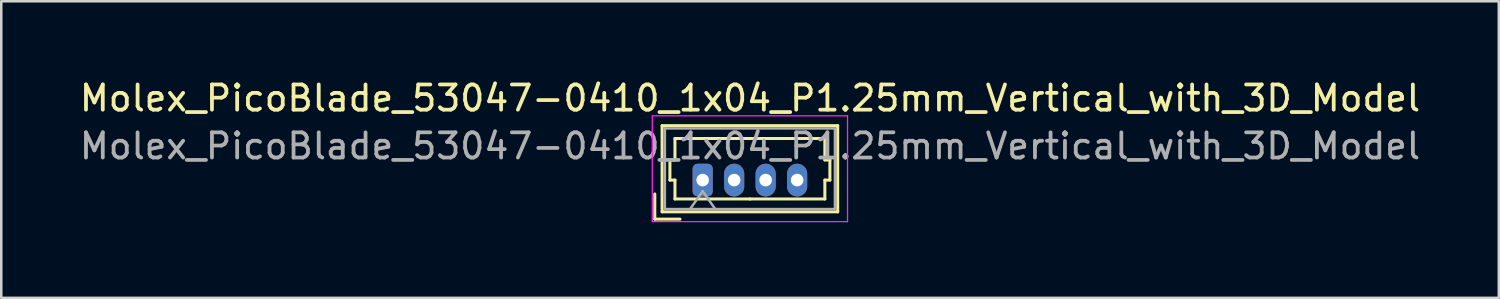
<source format=kicad_pcb>
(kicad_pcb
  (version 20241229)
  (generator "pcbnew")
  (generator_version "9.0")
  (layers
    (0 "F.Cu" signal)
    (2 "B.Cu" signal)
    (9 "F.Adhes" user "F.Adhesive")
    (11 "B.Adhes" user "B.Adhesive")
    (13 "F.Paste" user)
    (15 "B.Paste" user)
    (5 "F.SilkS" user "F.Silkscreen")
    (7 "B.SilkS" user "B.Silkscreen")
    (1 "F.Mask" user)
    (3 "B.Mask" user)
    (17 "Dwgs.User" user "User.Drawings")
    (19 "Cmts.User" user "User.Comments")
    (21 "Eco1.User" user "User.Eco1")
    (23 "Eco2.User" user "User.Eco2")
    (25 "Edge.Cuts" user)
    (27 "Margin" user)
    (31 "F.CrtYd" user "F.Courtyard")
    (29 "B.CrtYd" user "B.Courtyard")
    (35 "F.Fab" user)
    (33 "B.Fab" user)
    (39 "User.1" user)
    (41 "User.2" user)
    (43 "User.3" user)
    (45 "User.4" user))
  (footprint "Molex_PicoBlade_53047-0410_1x04_P1.25mm_Vertical_with_3D_Model"
    (layer "F.Cu")
    (at 24.84 4.098)
    (property "Reference" "Molex_PicoBlade_53047-0410_1x04_P1.25mm_Vertical_with_3D_Model" (at 1.88 -3.25 0) (layer "F.SilkS") (effects (font (size 1 1) (thickness 0.15))))
    (attr through_hole)
    (fp_line (start -1.9 1.55) (end -1.9 0.55) (stroke (width 0.12) (type solid)) (layer "F.SilkS"))
    (fp_line (start -1.9 1.55) (end -0.9 1.55) (stroke (width 0.12) (type solid)) (layer "F.SilkS"))
    (fp_line (start -1.61 -2.16) (end -1.61 1.26) (stroke (width 0.12) (type solid)) (layer "F.SilkS"))
    (fp_line (start -1.61 1.26) (end 5.36 1.26) (stroke (width 0.12) (type solid)) (layer "F.SilkS"))
    (fp_line (start -1.3 -0.8) (end -1.1 -0.8) (stroke (width 0.12) (type solid)) (layer "F.SilkS"))
    (fp_line (start -1.3 0) (end -1.3 -0.8) (stroke (width 0.12) (type solid)) (layer "F.SilkS"))
    (fp_line (start -1.1 -1.65) (end 1.875 -1.65) (stroke (width 0.12) (type solid)) (layer "F.SilkS"))
    (fp_line (start -1.1 -0.8) (end -1.1 -1.65) (stroke (width 0.12) (type solid)) (layer "F.SilkS"))
    (fp_line (start -1.1 0) (end -1.3 0) (stroke (width 0.12) (type solid)) (layer "F.SilkS"))
    (fp_line (start -1.1 0.75) (end -1.1 0) (stroke (width 0.12) (type solid)) (layer "F.SilkS"))
    (fp_line (start 1.875 0.75) (end -1.1 0.75) (stroke (width 0.12) (type solid)) (layer "F.SilkS"))
    (fp_line (start 1.875 0.75) (end 4.85 0.75) (stroke (width 0.12) (type solid)) (layer "F.SilkS"))
    (fp_line (start 4.85 -1.65) (end 1.875 -1.65) (stroke (width 0.12) (type solid)) (layer "F.SilkS"))
    (fp_line (start 4.85 -0.8) (end 4.85 -1.65) (stroke (width 0.12) (type solid)) (layer "F.SilkS"))
    (fp_line (start 4.85 0) (end 5.05 0) (stroke (width 0.12) (type solid)) (layer "F.SilkS"))
    (fp_line (start 4.85 0.75) (end 4.85 0) (stroke (width 0.12) (type solid)) (layer "F.SilkS"))
    (fp_line (start 5.05 -0.8) (end 4.85 -0.8) (stroke (width 0.12) (type solid)) (layer "F.SilkS"))
    (fp_line (start 5.05 0) (end 5.05 -0.8) (stroke (width 0.12) (type solid)) (layer "F.SilkS"))
    (fp_line (start 5.36 -2.16) (end -1.61 -2.16) (stroke (width 0.12) (type solid)) (layer "F.SilkS"))
    (fp_line (start 5.36 1.26) (end 5.36 -2.16) (stroke (width 0.12) (type solid)) (layer "F.SilkS"))
    (fp_line (start -2 -2.55) (end -2 1.65) (stroke (width 0.05) (type solid)) (layer "F.CrtYd"))
    (fp_line (start -2 1.65) (end 5.75 1.65) (stroke (width 0.05) (type solid)) (layer "F.CrtYd"))
    (fp_line (start 5.75 -2.55) (end -2 -2.55) (stroke (width 0.05) (type solid)) (layer "F.CrtYd"))
    (fp_line (start 5.75 1.65) (end 5.75 -2.55) (stroke (width 0.05) (type solid)) (layer "F.CrtYd"))
    (fp_line (start -1.5 -2.05) (end -1.5 1.15) (stroke (width 0.1) (type solid)) (layer "F.Fab"))
    (fp_line (start -1.5 1.15) (end 5.25 1.15) (stroke (width 0.1) (type solid)) (layer "F.Fab"))
    (fp_line (start -0.5 1.15) (end 0 0.443) (stroke (width 0.1) (type solid)) (layer "F.Fab"))
    (fp_line (start 0 0.443) (end 0.5 1.15) (stroke (width 0.1) (type solid)) (layer "F.Fab"))
    (fp_line (start 5.25 -2.05) (end -1.5 -2.05) (stroke (width 0.1) (type solid)) (layer "F.Fab"))
    (fp_line (start 5.25 1.15) (end 5.25 -2.05) (stroke (width 0.1) (type solid)) (layer "F.Fab"))
    (fp_text user "${REFERENCE}" (at 1.88 -1.35 0) (layer "F.Fab") (effects (font (size 1 1) (thickness 0.15))))
    (pad "1" thru_hole roundrect (at 0 0) (size 0.8 1.3) (drill 0.5) (layers "*.Cu" "*.Mask") (roundrect_rratio 0.25))
    (pad "2" thru_hole oval (at 1.25 0) (size 0.8 1.3) (drill 0.5) (layers "*.Cu" "*.Mask"))
    (pad "3" thru_hole oval (at 2.5 0) (size 0.8 1.3) (drill 0.5) (layers "*.Cu" "*.Mask"))
    (pad "4" thru_hole oval (at 3.75 0) (size 0.8 1.3) (drill 0.5) (layers "*.Cu" "*.Mask")))
  (gr_rect
    (start -3 -3)
    (end 56.44 8.773)
    (stroke (width 0.1) (type default))
    (fill no)
    (layer "Edge.Cuts")))
</source>
